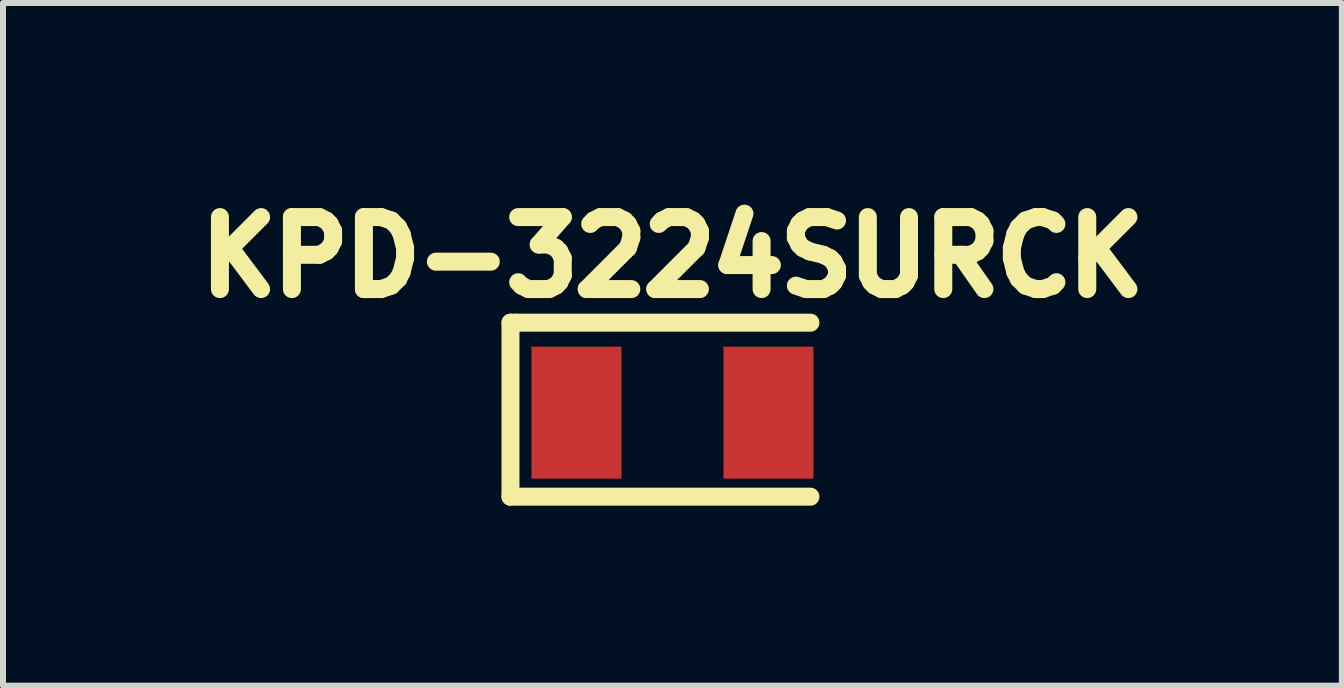
<source format=kicad_pcb>
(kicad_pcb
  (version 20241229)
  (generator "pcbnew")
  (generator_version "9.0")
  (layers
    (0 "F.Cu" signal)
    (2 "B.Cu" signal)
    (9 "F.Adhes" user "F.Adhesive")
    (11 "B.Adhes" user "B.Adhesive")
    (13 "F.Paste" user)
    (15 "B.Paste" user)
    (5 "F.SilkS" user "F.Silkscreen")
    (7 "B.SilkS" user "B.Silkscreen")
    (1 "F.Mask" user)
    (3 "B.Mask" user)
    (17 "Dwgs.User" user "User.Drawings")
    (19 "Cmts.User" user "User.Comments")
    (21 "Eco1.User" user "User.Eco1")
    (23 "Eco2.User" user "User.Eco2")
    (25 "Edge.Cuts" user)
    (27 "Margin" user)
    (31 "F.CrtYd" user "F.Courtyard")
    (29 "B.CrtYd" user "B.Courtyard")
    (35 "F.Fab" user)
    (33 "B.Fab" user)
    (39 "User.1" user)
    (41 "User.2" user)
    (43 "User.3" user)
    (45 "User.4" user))
  (footprint "KPD-3224SURCK"
    (layer "F.Cu")
    (at 8.159 3.829)
    (property "Reference" "KPD-3224SURCK" (at 0 -2.6 0) (layer "F.SilkS") (effects (font (size 1.2 1.2) (thickness 0.3))))
    (attr through_hole)
    (fp_line (start -2.7 -1.5) (end -2.7 1.4) (stroke (width 0.3) (type solid)) (layer "F.SilkS"))
    (fp_line (start -2.7 1.4) (end 2.3 1.4) (stroke (width 0.3) (type solid)) (layer "F.SilkS"))
    (fp_line (start -2.6 -1.5) (end -2.7 -1.5) (stroke (width 0.3) (type solid)) (layer "F.SilkS"))
    (fp_line (start 2.3 -1.5) (end -2.6 -1.5) (stroke (width 0.3) (type solid)) (layer "F.SilkS"))
    (pad "1" smd rect (at -1.6 0) (size 1.5 2.2) (layers "F.Cu" "F.Mask" "F.Paste"))
    (pad "2" smd rect (at 1.6 0) (size 1.5 2.2) (layers "F.Cu" "F.Mask" "F.Paste")))
  (gr_rect
    (start -3 -3)
    (end 19.317 8.379)
    (stroke (width 0.1) (type default))
    (fill no)
    (layer "Edge.Cuts")))
</source>
